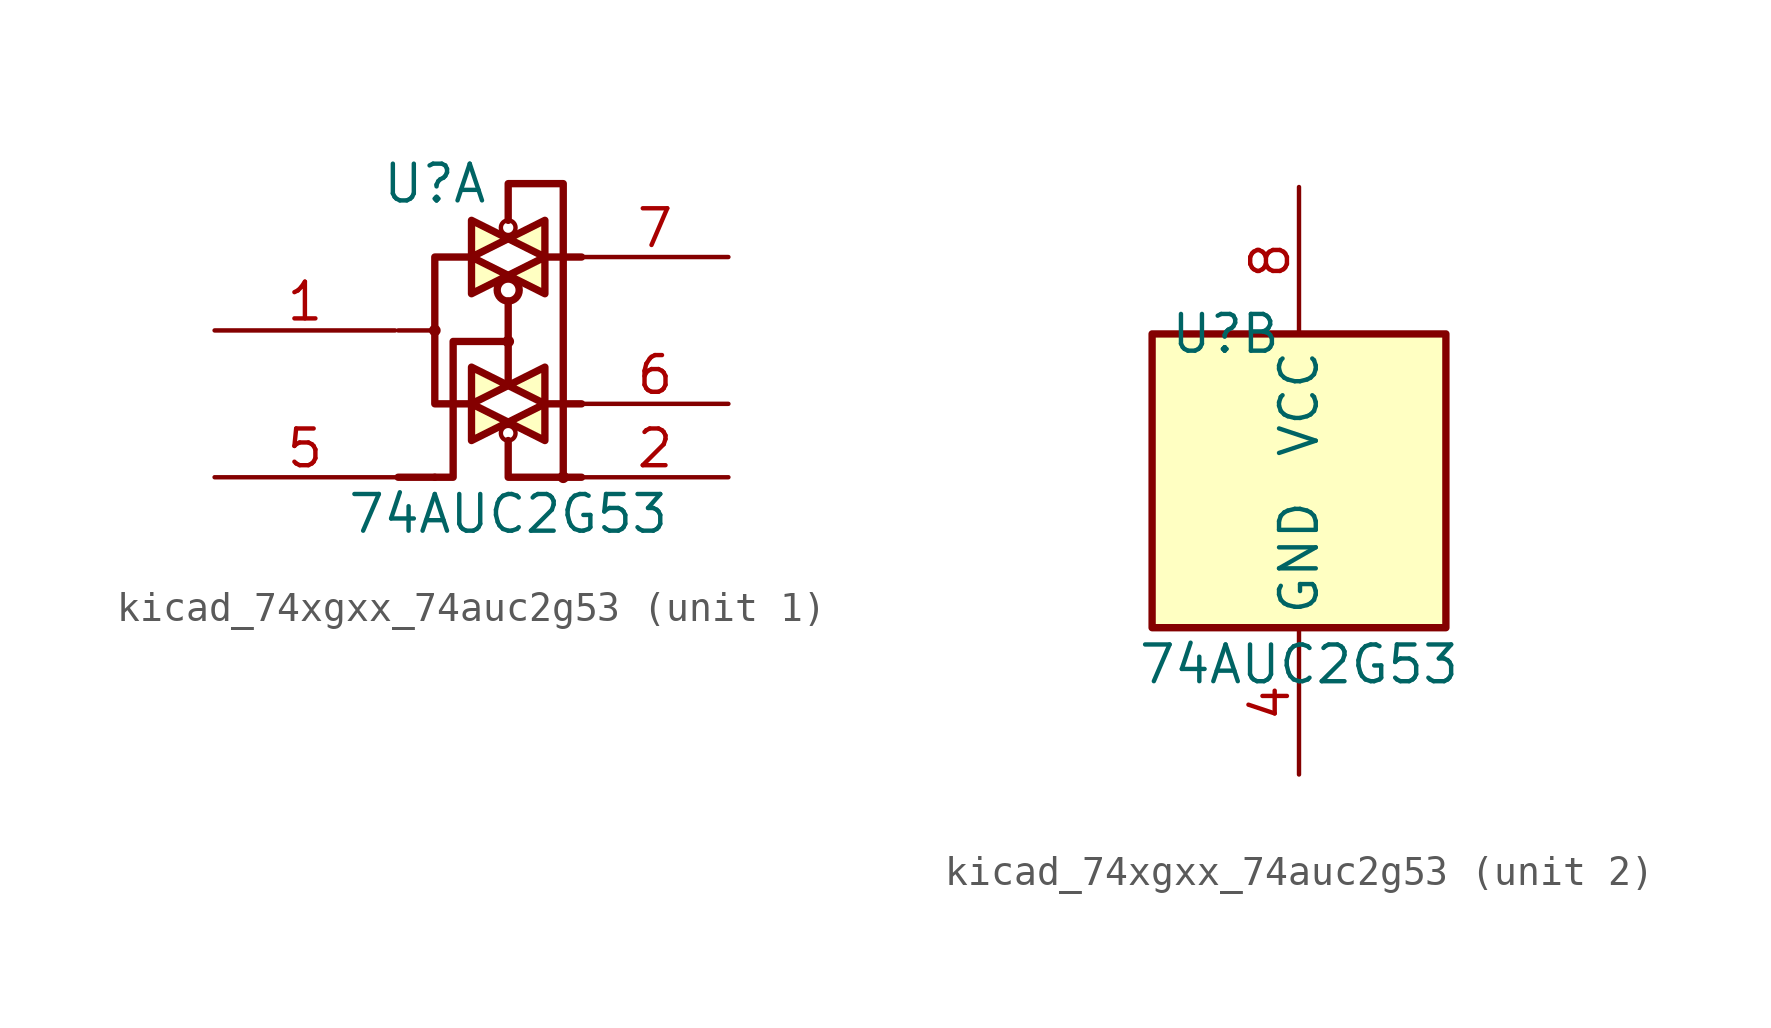
<source format=kicad_sym>
(kicad_symbol_lib
  (version 20220914)
  (generator kicad_symbol_editor)
  (symbol "kicad_74xgxx_74auc2g53"
    (property "Reference" "U"
      (at -2.54 5.08 0)
      (effects (font (size 1.27 1.27))))
    (property "Value" "74AUC2G53"
      (at 0 -6.35 0)
      (effects (font (size 1.27 1.27))))
    (property "ki_locked" ""
      (at 0 0 0)
      (effects (font (size 1.27 1.27))))
    (symbol "kicad_74xgxx_74auc2g53_1_1"
      (circle (center -2.54 0) (radius 0.127) (stroke (width 0) (type default)) (fill (type none)))
      (circle (center 0 -3.556) (radius 0.254) (stroke (width 0) (type default)) (fill (type none)))
      (circle (center 0 -0.381) (radius 0.127) (stroke (width 0) (type default)) (fill (type none)))
      (polyline (pts (xy -3.81 -5.08) (xy -2.54 -5.08)) (stroke (width 0.254) (type default)) (fill (type background)))
      (polyline (pts (xy -3.81 0) (xy -2.54 0)) (stroke (width 0) (type default)) (fill (type background)))
      (polyline (pts (xy 2.54 -2.54) (xy 1.27 -2.54)) (stroke (width 0.254) (type default)) (fill (type background)))
      (polyline (pts (xy 2.54 2.54) (xy 1.27 2.54)) (stroke (width 0.254) (type default)) (fill (type background)))
      (polyline (pts (xy 0 -3.81) (xy 0 -5.08) (xy 2.54 -5.08)) (stroke (width 0.254) (type default)) (fill (type none)))
      (polyline (pts (xy 0 1.016) (xy 0 0) (xy 0 -1.905)) (stroke (width 0.254) (type default)) (fill (type background)))
      (polyline (pts (xy -1.27 -2.54) (xy 0 -3.175) (xy -1.27 -3.81) (xy -1.27 -2.54)) (stroke (width 0.254) (type default)) (fill (type background)))
      (polyline (pts (xy -1.27 -1.27) (xy -1.27 -2.54) (xy 0 -1.905) (xy -1.27 -1.27)) (stroke (width 0.254) (type default)) (fill (type background)))
      (polyline (pts (xy -1.27 2.54) (xy 0 1.905) (xy -1.27 1.27) (xy -1.27 2.54)) (stroke (width 0.254) (type default)) (fill (type background)))
      (polyline (pts (xy -1.27 3.81) (xy 0 3.175) (xy -1.27 2.54) (xy -1.27 3.81)) (stroke (width 0.254) (type default)) (fill (type background)))
      (polyline (pts (xy 0 -0.381) (xy -1.905 -0.381) (xy -1.905 -5.08) (xy -2.54 -5.08)) (stroke (width 0.254) (type default)) (fill (type none)))
      (polyline (pts (xy 1.27 -2.54) (xy 0 -3.175) (xy 1.27 -3.81) (xy 1.27 -2.54)) (stroke (width 0.254) (type default)) (fill (type background)))
      (polyline (pts (xy 1.27 -1.27) (xy 1.27 -2.54) (xy 0 -1.905) (xy 1.27 -1.27)) (stroke (width 0.254) (type default)) (fill (type background)))
      (polyline (pts (xy 1.27 2.54) (xy 1.27 1.27) (xy 0 1.905) (xy 1.27 2.54)) (stroke (width 0.254) (type default)) (fill (type background)))
      (polyline (pts (xy 1.27 2.54) (xy 1.27 3.81) (xy 0 3.175) (xy 1.27 2.54)) (stroke (width 0.254) (type default)) (fill (type background)))
      (polyline (pts (xy 1.905 -5.08) (xy 1.905 5.08) (xy 0 5.08) (xy 0 3.81)) (stroke (width 0.254) (type default)) (fill (type none)))
      (polyline (pts (xy -1.27 2.54) (xy -2.54 2.54) (xy -2.54 0) (xy -2.54 -2.54) (xy -1.27 -2.54)) (stroke (width 0.254) (type default)) (fill (type none)))
      (circle (center 0 1.397) (radius 0.381) (stroke (width 0.254) (type default)) (fill (type none)))
      (circle (center 0 3.556) (radius 0.254) (stroke (width 0) (type default)) (fill (type none)))
      (circle (center 1.905 -5.08) (radius 0.127) (stroke (width 0) (type default)) (fill (type none)))
      (pin bidirectional line (at -10.16 0 0) (length 6.25) (name "~" (effects (font (size 1.27 1.27)))) (number "1" (effects (font (size 1.27 1.27)))))
      (pin input line (at 7.62 -5.08 180) (length 5.08) (name "~" (effects (font (size 1.27 1.27)))) (number "2" (effects (font (size 1.27 1.27)))))
      (pin input line (at -10.16 -5.08 0) (length 6.25) (name "~" (effects (font (size 1.27 1.27)))) (number "5" (effects (font (size 1.27 1.27)))))
      (pin bidirectional line (at 7.62 -2.54 180) (length 5.08) (name "~" (effects (font (size 1.27 1.27)))) (number "6" (effects (font (size 1.27 1.27)))))
      (pin bidirectional line (at 7.62 2.54 180) (length 5.08) (name "~" (effects (font (size 1.27 1.27)))) (number "7" (effects (font (size 1.27 1.27))))))
    (symbol "kicad_74xgxx_74auc2g53_2_1"
      (rectangle (start -5.08 5.08) (end 5.08 -5.08) (stroke (width 0.254) (type default)) (fill (type background)))
      (pin passive line (at 0 -10.157 90) (length 4.95) hide (name "GND" (effects (font (size 1.27 1.27)))) (number "3" (effects (font (size 1.27 1.27)))))
      (pin power_in line (at 0 -10.157 90) (length 4.95) (name "GND" (effects (font (size 1.27 1.27)))) (number "4" (effects (font (size 1.27 1.27)))))
      (pin power_in line (at 0 10.16 270) (length 5.08) (name "VCC" (effects (font (size 1.27 1.27)))) (number "8" (effects (font (size 1.27 1.27))))))))
</source>
